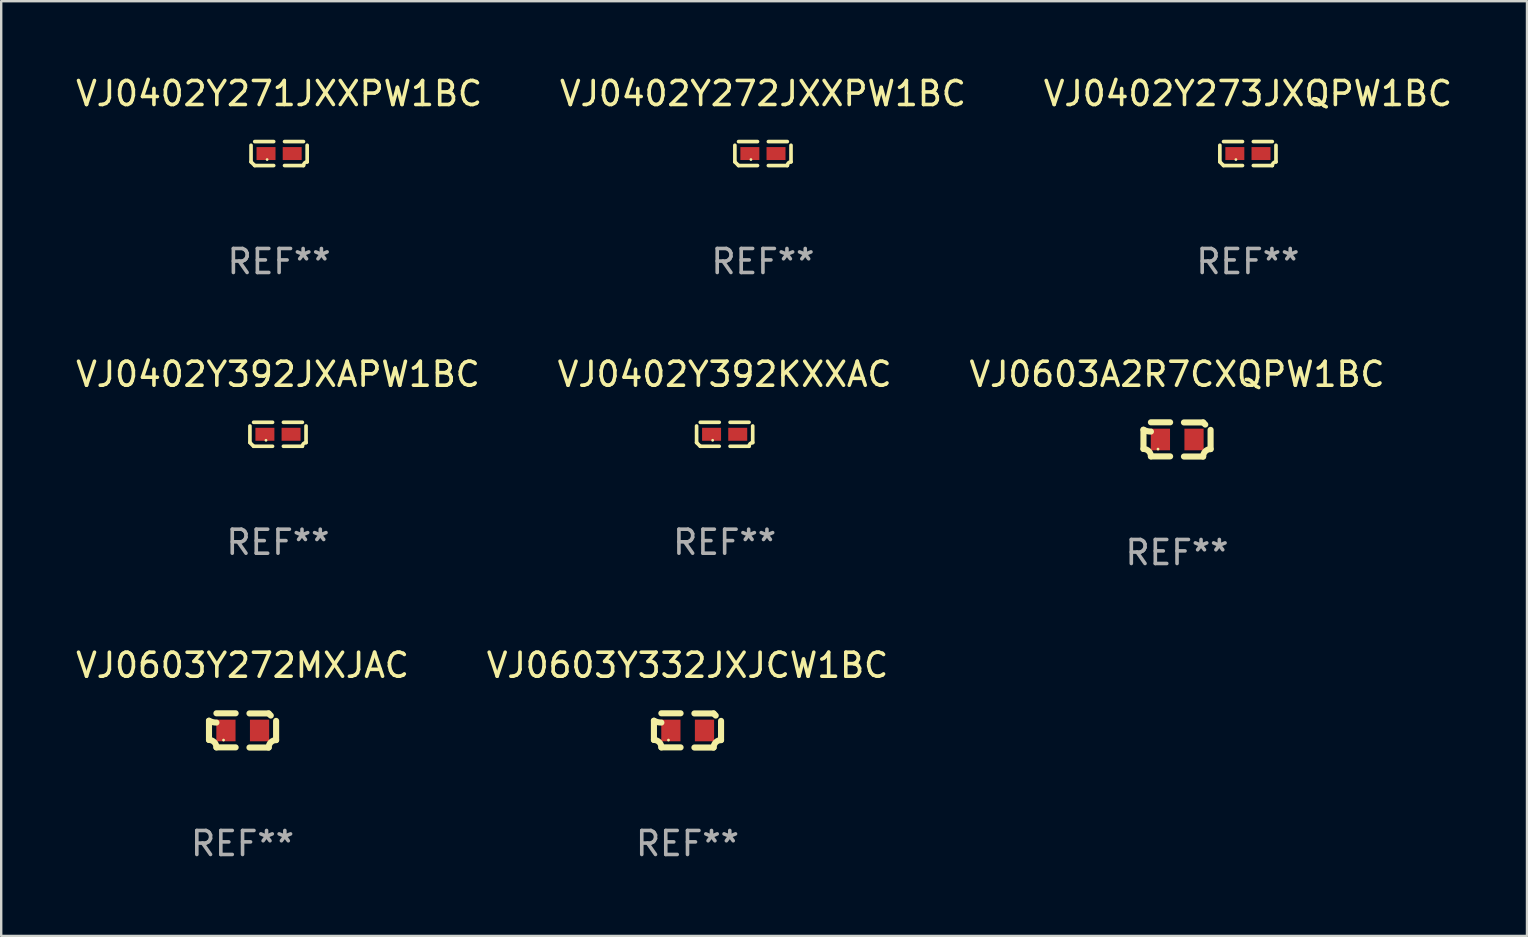
<source format=kicad_pcb>
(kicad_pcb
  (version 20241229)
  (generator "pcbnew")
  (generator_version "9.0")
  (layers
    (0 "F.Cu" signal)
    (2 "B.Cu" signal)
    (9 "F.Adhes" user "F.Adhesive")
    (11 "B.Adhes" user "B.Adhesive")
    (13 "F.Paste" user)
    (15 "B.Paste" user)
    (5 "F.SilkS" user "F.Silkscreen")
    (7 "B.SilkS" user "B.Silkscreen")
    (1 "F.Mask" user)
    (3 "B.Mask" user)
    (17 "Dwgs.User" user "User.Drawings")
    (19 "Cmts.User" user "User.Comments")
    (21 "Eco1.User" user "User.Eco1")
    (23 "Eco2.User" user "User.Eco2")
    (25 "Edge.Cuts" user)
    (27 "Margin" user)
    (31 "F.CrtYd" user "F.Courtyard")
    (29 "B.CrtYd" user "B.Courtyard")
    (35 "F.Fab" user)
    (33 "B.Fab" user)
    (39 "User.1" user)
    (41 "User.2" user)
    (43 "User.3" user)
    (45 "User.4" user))
  (footprint "VJ0402Y392JXAPW1BC"
    (layer "F.Cu")
    (at 8.53 15.041)
    (property "Reference" "VJ0402Y392JXAPW1BC" (at 0 -2.499 0) (layer "F.SilkS") (effects (font (size 1 1) (thickness 0.15))))
    (attr through_hole)
    (fp_line (start -1.169 0.346) (end -1.169 -0.346) (stroke (width 0.152) (type solid)) (layer "F.SilkS"))
    (fp_line (start -1.016 -0.499) (end -0.226 -0.499) (stroke (width 0.152) (type solid)) (layer "F.SilkS"))
    (fp_line (start -0.226 0.499) (end -1.016 0.499) (stroke (width 0.152) (type solid)) (layer "F.SilkS"))
    (fp_line (start 0.226 0.499) (end 1.016 0.499) (stroke (width 0.152) (type solid)) (layer "F.SilkS"))
    (fp_line (start 1.016 -0.499) (end 0.226 -0.499) (stroke (width 0.152) (type solid)) (layer "F.SilkS"))
    (fp_line (start 1.169 0.346) (end 1.169 -0.346) (stroke (width 0.152) (type solid)) (layer "F.SilkS"))
    (fp_arc (start -1.016307 0.498603) (mid -1.092512 0.422405) (end -1.16871 0.3462) (stroke (width 0.1524) (type solid)) (layer "F.SilkS"))
    (fp_arc (start 1.016307 0.498603) (mid 1.060899 0.390758) (end 1.168707 0.346076) (stroke (width 0.1524) (type solid)) (layer "F.SilkS"))
    (fp_circle (center -0.5 0.25) (end -0.47 0.25) (stroke (width 0.06) (type solid)) (fill no) (layer "F.SilkS"))
    (fp_text user "REF**" (at 0 4.499 0) (layer "F.Fab") (effects (font (size 1 1) (thickness 0.15))))
    (pad "1" smd rect (at -0.545 0) (size 0.79 0.54) (layers "F.Cu" "F.Mask" "F.Paste"))
    (pad "2" smd rect (at 0.545 0) (size 0.79 0.54) (layers "F.Cu" "F.Mask" "F.Paste")))
  (footprint "VJ0402Y271JXXPW1BC"
    (layer "F.Cu")
    (at 8.577 3.347)
    (property "Reference" "VJ0402Y271JXXPW1BC" (at 0 -2.499 0) (layer "F.SilkS") (effects (font (size 1 1) (thickness 0.15))))
    (attr through_hole)
    (fp_line (start -1.169 0.346) (end -1.169 -0.346) (stroke (width 0.152) (type solid)) (layer "F.SilkS"))
    (fp_line (start -1.016 -0.499) (end -0.226 -0.499) (stroke (width 0.152) (type solid)) (layer "F.SilkS"))
    (fp_line (start -0.226 0.499) (end -1.016 0.499) (stroke (width 0.152) (type solid)) (layer "F.SilkS"))
    (fp_line (start 0.226 0.499) (end 1.016 0.499) (stroke (width 0.152) (type solid)) (layer "F.SilkS"))
    (fp_line (start 1.016 -0.499) (end 0.226 -0.499) (stroke (width 0.152) (type solid)) (layer "F.SilkS"))
    (fp_line (start 1.169 0.346) (end 1.169 -0.346) (stroke (width 0.152) (type solid)) (layer "F.SilkS"))
    (fp_arc (start -1.016307 0.498603) (mid -1.092512 0.422405) (end -1.16871 0.3462) (stroke (width 0.1524) (type solid)) (layer "F.SilkS"))
    (fp_arc (start 1.016307 0.498603) (mid 1.060899 0.390758) (end 1.168707 0.346076) (stroke (width 0.1524) (type solid)) (layer "F.SilkS"))
    (fp_circle (center -0.5 0.25) (end -0.47 0.25) (stroke (width 0.06) (type solid)) (fill no) (layer "F.SilkS"))
    (fp_text user "REF**" (at 0 4.499 0) (layer "F.Fab") (effects (font (size 1 1) (thickness 0.15))))
    (pad "1" smd rect (at -0.545 0) (size 0.79 0.54) (layers "F.Cu" "F.Mask" "F.Paste"))
    (pad "2" smd rect (at 0.545 0) (size 0.79 0.54) (layers "F.Cu" "F.Mask" "F.Paste")))
  (footprint "VJ0402Y273JXQPW1BC"
    (layer "F.Cu")
    (at 48.935 3.347)
    (property "Reference" "VJ0402Y273JXQPW1BC" (at 0 -2.499 0) (layer "F.SilkS") (effects (font (size 1 1) (thickness 0.15))))
    (attr through_hole)
    (fp_line (start -1.169 0.346) (end -1.169 -0.346) (stroke (width 0.152) (type solid)) (layer "F.SilkS"))
    (fp_line (start -1.016 -0.499) (end -0.226 -0.499) (stroke (width 0.152) (type solid)) (layer "F.SilkS"))
    (fp_line (start -0.226 0.499) (end -1.016 0.499) (stroke (width 0.152) (type solid)) (layer "F.SilkS"))
    (fp_line (start 0.226 0.499) (end 1.016 0.499) (stroke (width 0.152) (type solid)) (layer "F.SilkS"))
    (fp_line (start 1.016 -0.499) (end 0.226 -0.499) (stroke (width 0.152) (type solid)) (layer "F.SilkS"))
    (fp_line (start 1.169 0.346) (end 1.169 -0.346) (stroke (width 0.152) (type solid)) (layer "F.SilkS"))
    (fp_arc (start -1.016307 0.498603) (mid -1.092512 0.422405) (end -1.16871 0.3462) (stroke (width 0.1524) (type solid)) (layer "F.SilkS"))
    (fp_arc (start 1.016307 0.498603) (mid 1.060899 0.390758) (end 1.168707 0.346076) (stroke (width 0.1524) (type solid)) (layer "F.SilkS"))
    (fp_circle (center -0.5 0.25) (end -0.47 0.25) (stroke (width 0.06) (type solid)) (fill no) (layer "F.SilkS"))
    (fp_text user "REF**" (at 0 4.499 0) (layer "F.Fab") (effects (font (size 1 1) (thickness 0.15))))
    (pad "1" smd rect (at -0.545 0) (size 0.79 0.54) (layers "F.Cu" "F.Mask" "F.Paste"))
    (pad "2" smd rect (at 0.545 0) (size 0.79 0.54) (layers "F.Cu" "F.Mask" "F.Paste")))
  (footprint "VJ0603Y332JXJCW1BC"
    (layer "F.Cu")
    (at 25.589 27.377)
    (property "Reference" "VJ0603Y332JXJCW1BC" (at 0 -2.713 0) (layer "F.SilkS") (effects (font (size 1 1) (thickness 0.15))))
    (attr through_hole)
    (fp_line (start -1.398 -0.403) (end -1.398 0.397) (stroke (width 0.254) (type solid)) (layer "F.SilkS"))
    (fp_line (start -0.288 -0.713) (end -1.088 -0.713) (stroke (width 0.254) (type solid)) (layer "F.SilkS"))
    (fp_line (start -0.288 0.707) (end -1.088 0.707) (stroke (width 0.254) (type solid)) (layer "F.SilkS"))
    (fp_line (start 0.288 -0.707) (end 1.088 -0.707) (stroke (width 0.254) (type solid)) (layer "F.SilkS"))
    (fp_line (start 0.288 0.713) (end 1.088 0.713) (stroke (width 0.254) (type solid)) (layer "F.SilkS"))
    (fp_line (start 1.398 -0.397) (end 1.398 0.403) (stroke (width 0.254) (type solid)) (layer "F.SilkS"))
    (fp_arc (start -1.397789 0.397066) (mid -1.178701 0.487826) (end -1.08796 0.706922) (stroke (width 0.254001) (type solid)) (layer "F.SilkS"))
    (fp_arc (start -1.08796 -0.327176) (mid -1.247436 -0.346384) (end -1.39779 -0.402908) (stroke (width 0.254001) (type solid)) (layer "F.SilkS"))
    (fp_arc (start 1.087909 0.712738) (mid 1.178656 0.493655) (end 1.397739 0.402908) (stroke (width 0.254001) (type solid)) (layer "F.SilkS"))
    (fp_arc (start 1.175925 -0.618926) (mid 1.131917 -0.662923) (end 1.08791 -0.706922) (stroke (width 0.254001) (type solid)) (layer "F.SilkS"))
    (fp_circle (center -0.792 0.403) (end -0.762 0.403) (stroke (width 0.06) (type solid)) (fill no) (layer "F.SilkS"))
    (fp_text user "REF**" (at 0 4.713 0) (layer "F.Fab") (effects (font (size 1 1) (thickness 0.15))))
    (pad "1" smd rect (at -0.692 0.003) (size 0.8 0.9) (layers "F.Cu" "F.Mask" "F.Paste"))
    (pad "2" smd rect (at 0.708 0.003) (size 0.8 0.9) (layers "F.Cu" "F.Mask" "F.Paste")))
  (footprint "VJ0603A2R7CXQPW1BC"
    (layer "F.Cu")
    (at 45.982 15.255)
    (property "Reference" "VJ0603A2R7CXQPW1BC" (at 0 -2.713 0) (layer "F.SilkS") (effects (font (size 1 1) (thickness 0.15))))
    (attr through_hole)
    (fp_line (start -1.398 -0.403) (end -1.398 0.397) (stroke (width 0.254) (type solid)) (layer "F.SilkS"))
    (fp_line (start -0.288 -0.713) (end -1.088 -0.713) (stroke (width 0.254) (type solid)) (layer "F.SilkS"))
    (fp_line (start -0.288 0.707) (end -1.088 0.707) (stroke (width 0.254) (type solid)) (layer "F.SilkS"))
    (fp_line (start 0.288 -0.707) (end 1.088 -0.707) (stroke (width 0.254) (type solid)) (layer "F.SilkS"))
    (fp_line (start 0.288 0.713) (end 1.088 0.713) (stroke (width 0.254) (type solid)) (layer "F.SilkS"))
    (fp_line (start 1.398 -0.397) (end 1.398 0.403) (stroke (width 0.254) (type solid)) (layer "F.SilkS"))
    (fp_arc (start -1.397789 0.397066) (mid -1.178701 0.487826) (end -1.08796 0.706922) (stroke (width 0.254001) (type solid)) (layer "F.SilkS"))
    (fp_arc (start -1.08796 -0.327176) (mid -1.247436 -0.346384) (end -1.39779 -0.402908) (stroke (width 0.254001) (type solid)) (layer "F.SilkS"))
    (fp_arc (start 1.087909 0.712738) (mid 1.178656 0.493655) (end 1.397739 0.402908) (stroke (width 0.254001) (type solid)) (layer "F.SilkS"))
    (fp_arc (start 1.175925 -0.618926) (mid 1.131917 -0.662923) (end 1.08791 -0.706922) (stroke (width 0.254001) (type solid)) (layer "F.SilkS"))
    (fp_circle (center -0.792 0.403) (end -0.762 0.403) (stroke (width 0.06) (type solid)) (fill no) (layer "F.SilkS"))
    (fp_text user "REF**" (at 0 4.713 0) (layer "F.Fab") (effects (font (size 1 1) (thickness 0.15))))
    (pad "1" smd rect (at -0.692 0.003) (size 0.8 0.9) (layers "F.Cu" "F.Mask" "F.Paste"))
    (pad "2" smd rect (at 0.708 0.003) (size 0.8 0.9) (layers "F.Cu" "F.Mask" "F.Paste")))
  (footprint "VJ0603Y272MXJAC"
    (layer "F.Cu")
    (at 7.054 27.377)
    (property "Reference" "VJ0603Y272MXJAC" (at 0 -2.713 0) (layer "F.SilkS") (effects (font (size 1 1) (thickness 0.15))))
    (attr through_hole)
    (fp_line (start -1.398 -0.403) (end -1.398 0.397) (stroke (width 0.254) (type solid)) (layer "F.SilkS"))
    (fp_line (start -0.288 -0.713) (end -1.088 -0.713) (stroke (width 0.254) (type solid)) (layer "F.SilkS"))
    (fp_line (start -0.288 0.707) (end -1.088 0.707) (stroke (width 0.254) (type solid)) (layer "F.SilkS"))
    (fp_line (start 0.288 -0.707) (end 1.088 -0.707) (stroke (width 0.254) (type solid)) (layer "F.SilkS"))
    (fp_line (start 0.288 0.713) (end 1.088 0.713) (stroke (width 0.254) (type solid)) (layer "F.SilkS"))
    (fp_line (start 1.398 -0.397) (end 1.398 0.403) (stroke (width 0.254) (type solid)) (layer "F.SilkS"))
    (fp_arc (start -1.397789 0.397066) (mid -1.178701 0.487826) (end -1.08796 0.706922) (stroke (width 0.254001) (type solid)) (layer "F.SilkS"))
    (fp_arc (start -1.08796 -0.327176) (mid -1.247436 -0.346384) (end -1.39779 -0.402908) (stroke (width 0.254001) (type solid)) (layer "F.SilkS"))
    (fp_arc (start 1.087909 0.712738) (mid 1.178656 0.493655) (end 1.397739 0.402908) (stroke (width 0.254001) (type solid)) (layer "F.SilkS"))
    (fp_arc (start 1.175925 -0.618926) (mid 1.131917 -0.662923) (end 1.08791 -0.706922) (stroke (width 0.254001) (type solid)) (layer "F.SilkS"))
    (fp_circle (center -0.792 0.403) (end -0.762 0.403) (stroke (width 0.06) (type solid)) (fill no) (layer "F.SilkS"))
    (fp_text user "REF**" (at 0 4.713 0) (layer "F.Fab") (effects (font (size 1 1) (thickness 0.15))))
    (pad "1" smd rect (at -0.692 0.003) (size 0.8 0.9) (layers "F.Cu" "F.Mask" "F.Paste"))
    (pad "2" smd rect (at 0.708 0.003) (size 0.8 0.9) (layers "F.Cu" "F.Mask" "F.Paste")))
  (footprint "VJ0402Y392KXXAC"
    (layer "F.Cu")
    (at 27.137 15.041)
    (property "Reference" "VJ0402Y392KXXAC" (at 0 -2.499 0) (layer "F.SilkS") (effects (font (size 1 1) (thickness 0.15))))
    (attr through_hole)
    (fp_line (start -1.169 0.346) (end -1.169 -0.346) (stroke (width 0.152) (type solid)) (layer "F.SilkS"))
    (fp_line (start -1.016 -0.499) (end -0.226 -0.499) (stroke (width 0.152) (type solid)) (layer "F.SilkS"))
    (fp_line (start -0.226 0.499) (end -1.016 0.499) (stroke (width 0.152) (type solid)) (layer "F.SilkS"))
    (fp_line (start 0.226 0.499) (end 1.016 0.499) (stroke (width 0.152) (type solid)) (layer "F.SilkS"))
    (fp_line (start 1.016 -0.499) (end 0.226 -0.499) (stroke (width 0.152) (type solid)) (layer "F.SilkS"))
    (fp_line (start 1.169 0.346) (end 1.169 -0.346) (stroke (width 0.152) (type solid)) (layer "F.SilkS"))
    (fp_arc (start -1.016307 0.498603) (mid -1.092512 0.422405) (end -1.16871 0.3462) (stroke (width 0.1524) (type solid)) (layer "F.SilkS"))
    (fp_arc (start 1.016307 0.498603) (mid 1.060899 0.390758) (end 1.168707 0.346076) (stroke (width 0.1524) (type solid)) (layer "F.SilkS"))
    (fp_circle (center -0.5 0.25) (end -0.47 0.25) (stroke (width 0.06) (type solid)) (fill no) (layer "F.SilkS"))
    (fp_text user "REF**" (at 0 4.499 0) (layer "F.Fab") (effects (font (size 1 1) (thickness 0.15))))
    (pad "1" smd rect (at -0.545 0) (size 0.79 0.54) (layers "F.Cu" "F.Mask" "F.Paste"))
    (pad "2" smd rect (at 0.545 0) (size 0.79 0.54) (layers "F.Cu" "F.Mask" "F.Paste")))
  (footprint "VJ0402Y272JXXPW1BC"
    (layer "F.Cu")
    (at 28.732 3.347)
    (property "Reference" "VJ0402Y272JXXPW1BC" (at 0 -2.499 0) (layer "F.SilkS") (effects (font (size 1 1) (thickness 0.15))))
    (attr through_hole)
    (fp_line (start -1.169 0.346) (end -1.169 -0.346) (stroke (width 0.152) (type solid)) (layer "F.SilkS"))
    (fp_line (start -1.016 -0.499) (end -0.226 -0.499) (stroke (width 0.152) (type solid)) (layer "F.SilkS"))
    (fp_line (start -0.226 0.499) (end -1.016 0.499) (stroke (width 0.152) (type solid)) (layer "F.SilkS"))
    (fp_line (start 0.226 0.499) (end 1.016 0.499) (stroke (width 0.152) (type solid)) (layer "F.SilkS"))
    (fp_line (start 1.016 -0.499) (end 0.226 -0.499) (stroke (width 0.152) (type solid)) (layer "F.SilkS"))
    (fp_line (start 1.169 0.346) (end 1.169 -0.346) (stroke (width 0.152) (type solid)) (layer "F.SilkS"))
    (fp_arc (start -1.016307 0.498603) (mid -1.092512 0.422405) (end -1.16871 0.3462) (stroke (width 0.1524) (type solid)) (layer "F.SilkS"))
    (fp_arc (start 1.016307 0.498603) (mid 1.060899 0.390758) (end 1.168707 0.346076) (stroke (width 0.1524) (type solid)) (layer "F.SilkS"))
    (fp_circle (center -0.5 0.25) (end -0.47 0.25) (stroke (width 0.06) (type solid)) (fill no) (layer "F.SilkS"))
    (fp_text user "REF**" (at 0 4.499 0) (layer "F.Fab") (effects (font (size 1 1) (thickness 0.15))))
    (pad "1" smd rect (at -0.545 0) (size 0.79 0.54) (layers "F.Cu" "F.Mask" "F.Paste"))
    (pad "2" smd rect (at 0.545 0) (size 0.79 0.54) (layers "F.Cu" "F.Mask" "F.Paste")))
  (gr_rect
    (start -3 -3)
    (end 60.56 35.938)
    (stroke (width 0.1) (type default))
    (fill no)
    (layer "Edge.Cuts")))
</source>
